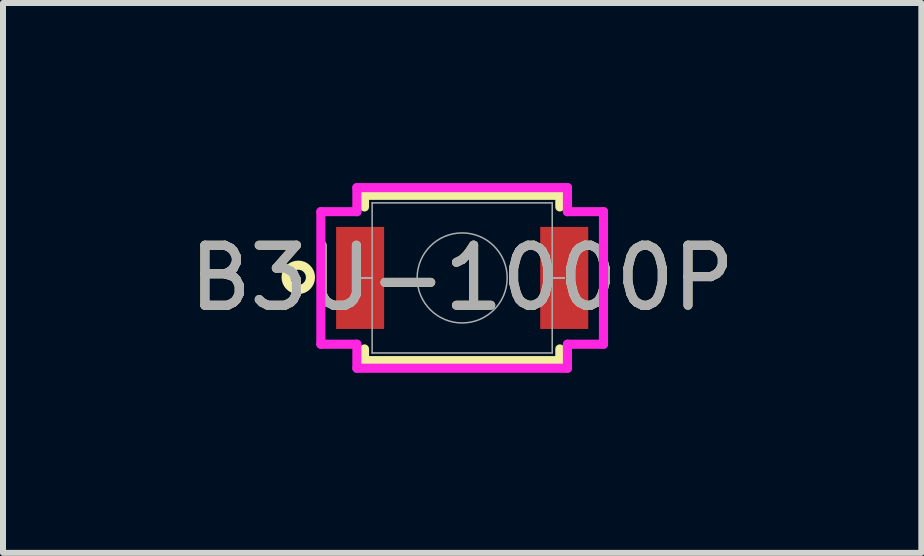
<source format=kicad_pcb>
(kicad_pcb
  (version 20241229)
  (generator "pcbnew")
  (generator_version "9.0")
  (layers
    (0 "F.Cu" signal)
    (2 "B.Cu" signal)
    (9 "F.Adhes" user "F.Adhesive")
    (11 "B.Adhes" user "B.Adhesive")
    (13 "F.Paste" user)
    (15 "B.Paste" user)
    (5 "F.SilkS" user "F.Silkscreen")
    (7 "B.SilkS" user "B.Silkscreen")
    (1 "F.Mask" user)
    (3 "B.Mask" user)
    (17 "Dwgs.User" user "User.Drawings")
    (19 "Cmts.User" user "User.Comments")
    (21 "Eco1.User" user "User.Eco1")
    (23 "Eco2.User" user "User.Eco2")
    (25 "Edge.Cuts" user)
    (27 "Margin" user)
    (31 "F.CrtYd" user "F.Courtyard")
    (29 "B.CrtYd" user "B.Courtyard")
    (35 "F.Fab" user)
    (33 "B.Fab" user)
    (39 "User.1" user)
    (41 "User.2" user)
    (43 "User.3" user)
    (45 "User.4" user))
  (footprint "B3U-1000P"
    (layer "F.Cu")
    (at 4.649 1.58)
    (property "Reference" "B3U-1000P" (at 0 0 0) (unlocked yes) (layer "F.SilkS") (effects (font (size 1 1) (thickness 0.15))))
    (attr smd)
    (fp_line (start -1.627 -1.377) (end -1.627 -1.183) (stroke (width 0.152) (type solid)) (layer "F.SilkS"))
    (fp_line (start -1.627 1.183) (end -1.627 1.377) (stroke (width 0.152) (type solid)) (layer "F.SilkS"))
    (fp_line (start -1.627 1.377) (end 1.627 1.377) (stroke (width 0.152) (type solid)) (layer "F.SilkS"))
    (fp_line (start 1.627 -1.377) (end -1.627 -1.377) (stroke (width 0.152) (type solid)) (layer "F.SilkS"))
    (fp_line (start 1.627 -1.183) (end 1.627 -1.377) (stroke (width 0.152) (type solid)) (layer "F.SilkS"))
    (fp_line (start 1.627 1.377) (end 1.627 1.183) (stroke (width 0.152) (type solid)) (layer "F.SilkS"))
    (fp_circle (center -2.73 -0.01) (end -2.527 -0.01) (stroke (width 0.152) (type solid)) (fill no) (layer "F.SilkS"))
    (fp_line (start -2.354 -1.104) (end -1.754 -1.104) (stroke (width 0.152) (type solid)) (layer "F.CrtYd"))
    (fp_line (start -2.354 1.104) (end -2.354 -1.104) (stroke (width 0.152) (type solid)) (layer "F.CrtYd"))
    (fp_line (start -2.354 1.104) (end -1.754 1.104) (stroke (width 0.152) (type solid)) (layer "F.CrtYd"))
    (fp_line (start -1.754 -1.504) (end 1.754 -1.504) (stroke (width 0.152) (type solid)) (layer "F.CrtYd"))
    (fp_line (start -1.754 -1.104) (end -1.754 -1.504) (stroke (width 0.152) (type solid)) (layer "F.CrtYd"))
    (fp_line (start -1.754 1.504) (end -1.754 1.104) (stroke (width 0.152) (type solid)) (layer "F.CrtYd"))
    (fp_line (start 1.754 -1.504) (end 1.754 -1.104) (stroke (width 0.152) (type solid)) (layer "F.CrtYd"))
    (fp_line (start 1.754 1.104) (end 1.754 1.504) (stroke (width 0.152) (type solid)) (layer "F.CrtYd"))
    (fp_line (start 1.754 1.504) (end -1.754 1.504) (stroke (width 0.152) (type solid)) (layer "F.CrtYd"))
    (fp_line (start 2.354 -1.104) (end 1.754 -1.104) (stroke (width 0.152) (type solid)) (layer "F.CrtYd"))
    (fp_line (start 2.354 -1.104) (end 2.354 1.104) (stroke (width 0.152) (type solid)) (layer "F.CrtYd"))
    (fp_line (start 2.354 1.104) (end 1.754 1.104) (stroke (width 0.152) (type solid)) (layer "F.CrtYd"))
    (fp_line (start -1.7 0) (end -1.7 0) (stroke (width 0.025) (type solid)) (layer "F.Fab"))
    (fp_line (start -1.7 0) (end -1.5 0) (stroke (width 0.025) (type solid)) (layer "F.Fab"))
    (fp_line (start -1.5 -1.25) (end -1.5 1.25) (stroke (width 0.025) (type solid)) (layer "F.Fab"))
    (fp_line (start -1.5 0) (end -1.7 0) (stroke (width 0.025) (type solid)) (layer "F.Fab"))
    (fp_line (start -1.5 0) (end -1.5 0) (stroke (width 0.025) (type solid)) (layer "F.Fab"))
    (fp_line (start -1.5 1.25) (end 1.5 1.25) (stroke (width 0.025) (type solid)) (layer "F.Fab"))
    (fp_line (start 1.5 -1.25) (end -1.5 -1.25) (stroke (width 0.025) (type solid)) (layer "F.Fab"))
    (fp_line (start 1.5 0) (end 1.5 0) (stroke (width 0.025) (type solid)) (layer "F.Fab"))
    (fp_line (start 1.5 0) (end 1.7 0) (stroke (width 0.025) (type solid)) (layer "F.Fab"))
    (fp_line (start 1.5 1.25) (end 1.5 -1.25) (stroke (width 0.025) (type solid)) (layer "F.Fab"))
    (fp_line (start 1.7 0) (end 1.5 0) (stroke (width 0.025) (type solid)) (layer "F.Fab"))
    (fp_line (start 1.7 0) (end 1.7 0) (stroke (width 0.025) (type solid)) (layer "F.Fab"))
    (fp_circle (center 0 0) (end 0.75 0) (stroke (width 0.025) (type solid)) (fill no) (layer "F.Fab"))
    (fp_text user "${REFERENCE}" (at 0 0 0) (unlocked yes) (layer "F.Fab") (effects (font (size 1 1) (thickness 0.15))))
    (pad "1" smd rect (at -1.7 0) (size 0.8 1.7) (layers "F.Cu" "F.Mask" "F.Paste"))
    (pad "2" smd rect (at 1.7 0) (size 0.8 1.7) (layers "F.Cu" "F.Mask" "F.Paste")))
  (gr_rect
    (start -3 -3)
    (end 12.298 6.16)
    (stroke (width 0.1) (type default))
    (fill no)
    (layer "Edge.Cuts")))
</source>
